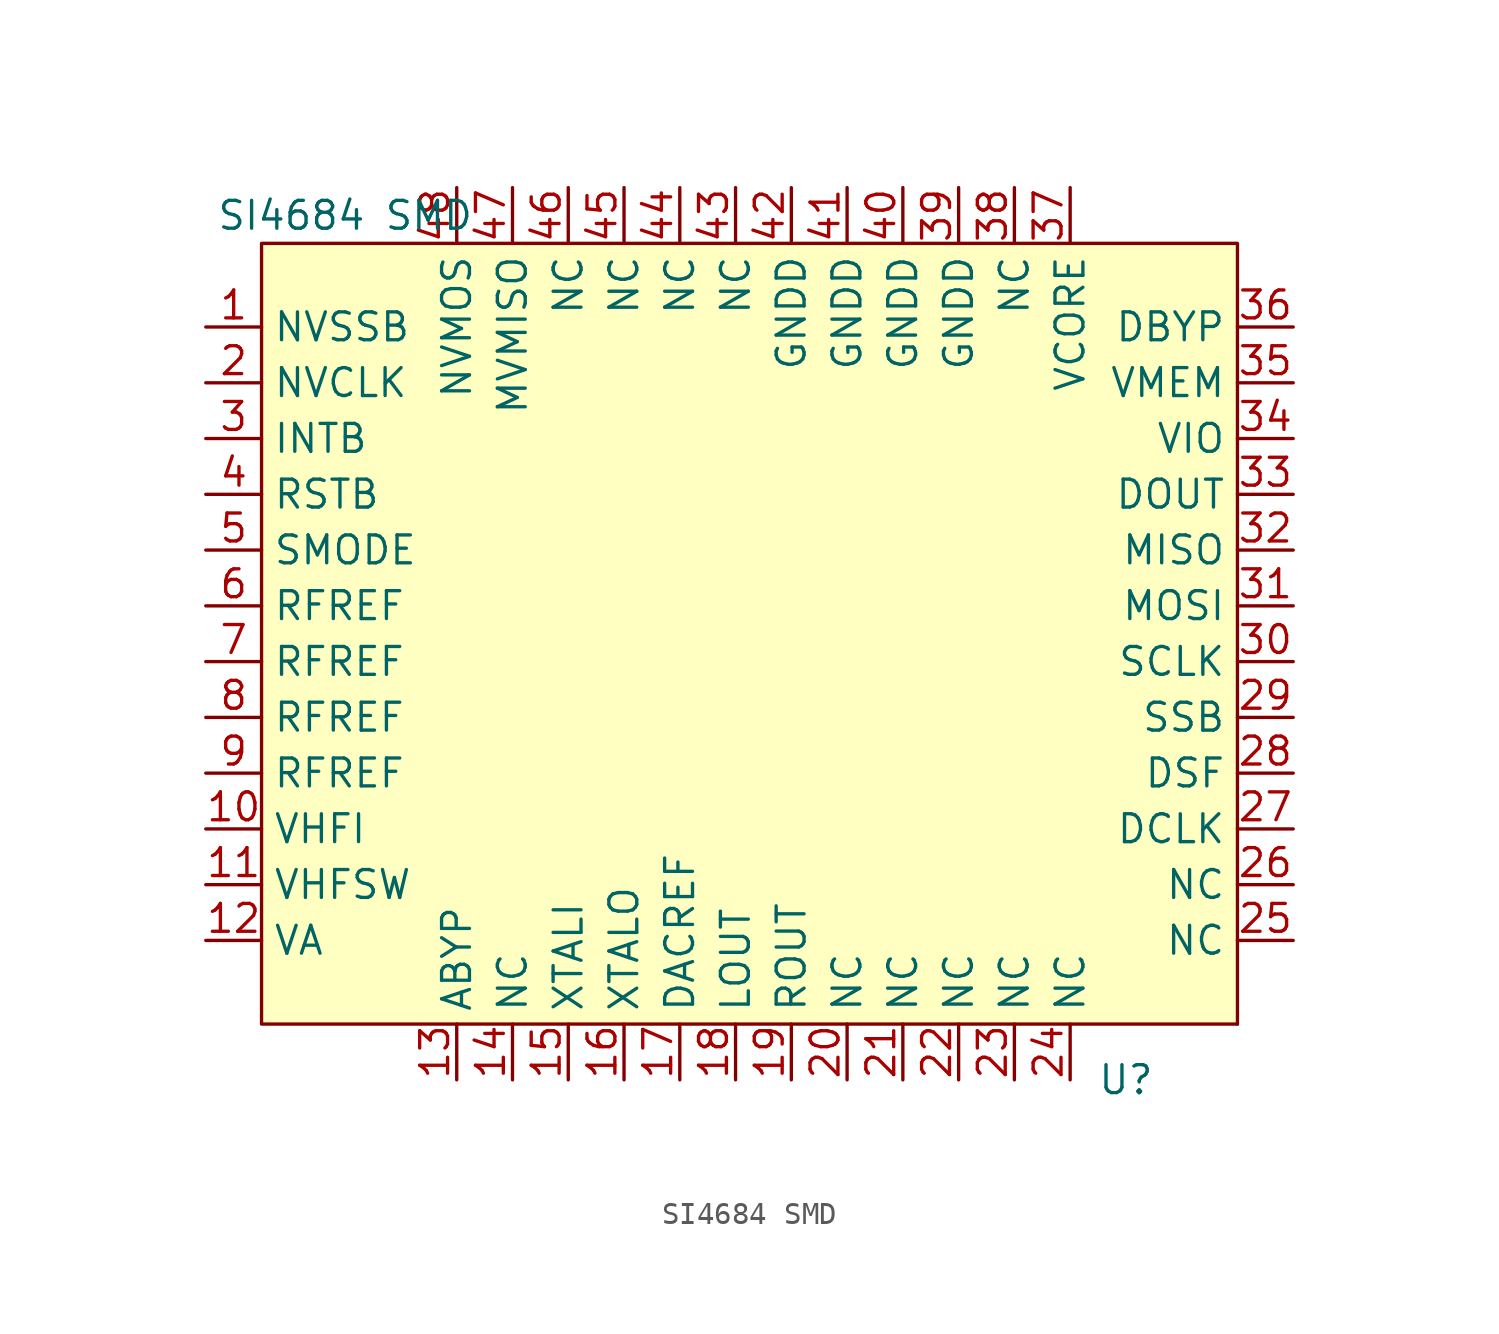
<source format=kicad_sym>
(kicad_symbol_lib
  (version 20220914)
  (generator kicad_symbol_editor)
  (symbol "SI4684 SMD"
    (property "Reference" "U"
      (at 17.78 -21.59 0)
      (effects (font (size 1.27 1.27))))
    (property "Value" "SI4684 SMD"
      (at -17.78 17.78 0)
      (effects (font (size 1.27 1.27))))
    (symbol "SI4684 SMD_0_1"
      (rectangle (start 22.86 -19.05) (end 22.86 -19.05) (stroke (width 0) (type default)) (fill (type none))))
    (symbol "SI4684 SMD_1_1"
      (rectangle (start -21.59 16.51) (end 22.86 -19.05) (stroke (width 0) (type default)) (fill (type background)))
      (pin input line (at -24.13 12.7 0) (length 2.54) (name "NVSSB" (effects (font (size 1.27 1.27)))) (number "1" (effects (font (size 1.27 1.27)))))
      (pin input line (at -24.13 -10.16 0) (length 2.54) (name "VHFI" (effects (font (size 1.27 1.27)))) (number "10" (effects (font (size 1.27 1.27)))))
      (pin input line (at -24.13 -12.7 0) (length 2.54) (name "VHFSW" (effects (font (size 1.27 1.27)))) (number "11" (effects (font (size 1.27 1.27)))))
      (pin input line (at -24.13 -15.24 0) (length 2.54) (name "VA" (effects (font (size 1.27 1.27)))) (number "12" (effects (font (size 1.27 1.27)))))
      (pin input line (at -12.7 -21.59 90) (length 2.54) (name "ABYP" (effects (font (size 1.27 1.27)))) (number "13" (effects (font (size 1.27 1.27)))))
      (pin input line (at -10.16 -21.59 90) (length 2.54) (name "NC" (effects (font (size 1.27 1.27)))) (number "14" (effects (font (size 1.27 1.27)))))
      (pin input line (at -7.62 -21.59 90) (length 2.54) (name "XTALI" (effects (font (size 1.27 1.27)))) (number "15" (effects (font (size 1.27 1.27)))))
      (pin input line (at -5.08 -21.59 90) (length 2.54) (name "XTALO" (effects (font (size 1.27 1.27)))) (number "16" (effects (font (size 1.27 1.27)))))
      (pin input line (at -2.54 -21.59 90) (length 2.54) (name "DACREF" (effects (font (size 1.27 1.27)))) (number "17" (effects (font (size 1.27 1.27)))))
      (pin input line (at 0 -21.59 90) (length 2.54) (name "LOUT" (effects (font (size 1.27 1.27)))) (number "18" (effects (font (size 1.27 1.27)))))
      (pin input line (at 2.54 -21.59 90) (length 2.54) (name "ROUT" (effects (font (size 1.27 1.27)))) (number "19" (effects (font (size 1.27 1.27)))))
      (pin input line (at -24.13 10.16 0) (length 2.54) (name "NVCLK" (effects (font (size 1.27 1.27)))) (number "2" (effects (font (size 1.27 1.27)))))
      (pin input line (at 5.08 -21.59 90) (length 2.54) (name "NC" (effects (font (size 1.27 1.27)))) (number "20" (effects (font (size 1.27 1.27)))))
      (pin input line (at 7.62 -21.59 90) (length 2.54) (name "NC" (effects (font (size 1.27 1.27)))) (number "21" (effects (font (size 1.27 1.27)))))
      (pin input line (at 10.16 -21.59 90) (length 2.54) (name "NC" (effects (font (size 1.27 1.27)))) (number "22" (effects (font (size 1.27 1.27)))))
      (pin input line (at 12.7 -21.59 90) (length 2.54) (name "NC" (effects (font (size 1.27 1.27)))) (number "23" (effects (font (size 1.27 1.27)))))
      (pin input line (at 15.24 -21.59 90) (length 2.54) (name "NC" (effects (font (size 1.27 1.27)))) (number "24" (effects (font (size 1.27 1.27)))))
      (pin input line (at 25.4 -15.24 180) (length 2.54) (name "NC" (effects (font (size 1.27 1.27)))) (number "25" (effects (font (size 1.27 1.27)))))
      (pin input line (at 25.4 -12.7 180) (length 2.54) (name "NC" (effects (font (size 1.27 1.27)))) (number "26" (effects (font (size 1.27 1.27)))))
      (pin input line (at 25.4 -10.16 180) (length 2.54) (name "DCLK" (effects (font (size 1.27 1.27)))) (number "27" (effects (font (size 1.27 1.27)))))
      (pin input line (at 25.4 -7.62 180) (length 2.54) (name "DSF" (effects (font (size 1.27 1.27)))) (number "28" (effects (font (size 1.27 1.27)))))
      (pin input line (at 25.4 -5.08 180) (length 2.54) (name "SSB" (effects (font (size 1.27 1.27)))) (number "29" (effects (font (size 1.27 1.27)))))
      (pin input line (at -24.13 7.62 0) (length 2.54) (name "INTB" (effects (font (size 1.27 1.27)))) (number "3" (effects (font (size 1.27 1.27)))))
      (pin input line (at 25.4 -2.54 180) (length 2.54) (name "SCLK" (effects (font (size 1.27 1.27)))) (number "30" (effects (font (size 1.27 1.27)))))
      (pin input line (at 25.4 0 180) (length 2.54) (name "MOSI" (effects (font (size 1.27 1.27)))) (number "31" (effects (font (size 1.27 1.27)))))
      (pin input line (at 25.4 2.54 180) (length 2.54) (name "MISO" (effects (font (size 1.27 1.27)))) (number "32" (effects (font (size 1.27 1.27)))))
      (pin input line (at 25.4 5.08 180) (length 2.54) (name "DOUT" (effects (font (size 1.27 1.27)))) (number "33" (effects (font (size 1.27 1.27)))))
      (pin input line (at 25.4 7.62 180) (length 2.54) (name "VIO" (effects (font (size 1.27 1.27)))) (number "34" (effects (font (size 1.27 1.27)))))
      (pin input line (at 25.4 10.16 180) (length 2.54) (name "VMEM" (effects (font (size 1.27 1.27)))) (number "35" (effects (font (size 1.27 1.27)))))
      (pin input line (at 25.4 12.7 180) (length 2.54) (name "DBYP" (effects (font (size 1.27 1.27)))) (number "36" (effects (font (size 1.27 1.27)))))
      (pin input line (at 15.24 19.05 270) (length 2.54) (name "VCORE" (effects (font (size 1.27 1.27)))) (number "37" (effects (font (size 1.27 1.27)))))
      (pin input line (at 12.7 19.05 270) (length 2.54) (name "NC" (effects (font (size 1.27 1.27)))) (number "38" (effects (font (size 1.27 1.27)))))
      (pin input line (at 10.16 19.05 270) (length 2.54) (name "GNDD" (effects (font (size 1.27 1.27)))) (number "39" (effects (font (size 1.27 1.27)))))
      (pin input line (at -24.13 5.08 0) (length 2.54) (name "RSTB" (effects (font (size 1.27 1.27)))) (number "4" (effects (font (size 1.27 1.27)))))
      (pin input line (at 7.62 19.05 270) (length 2.54) (name "GNDD" (effects (font (size 1.27 1.27)))) (number "40" (effects (font (size 1.27 1.27)))))
      (pin input line (at 5.08 19.05 270) (length 2.54) (name "GNDD" (effects (font (size 1.27 1.27)))) (number "41" (effects (font (size 1.27 1.27)))))
      (pin input line (at 2.54 19.05 270) (length 2.54) (name "GNDD" (effects (font (size 1.27 1.27)))) (number "42" (effects (font (size 1.27 1.27)))))
      (pin input line (at 0 19.05 270) (length 2.54) (name "NC" (effects (font (size 1.27 1.27)))) (number "43" (effects (font (size 1.27 1.27)))))
      (pin input line (at -2.54 19.05 270) (length 2.54) (name "NC" (effects (font (size 1.27 1.27)))) (number "44" (effects (font (size 1.27 1.27)))))
      (pin input line (at -5.08 19.05 270) (length 2.54) (name "NC" (effects (font (size 1.27 1.27)))) (number "45" (effects (font (size 1.27 1.27)))))
      (pin input line (at -7.62 19.05 270) (length 2.54) (name "NC" (effects (font (size 1.27 1.27)))) (number "46" (effects (font (size 1.27 1.27)))))
      (pin input line (at -10.16 19.05 270) (length 2.54) (name "MVMISO" (effects (font (size 1.27 1.27)))) (number "47" (effects (font (size 1.27 1.27)))))
      (pin input line (at -12.7 19.05 270) (length 2.54) (name "NVMOS" (effects (font (size 1.27 1.27)))) (number "48" (effects (font (size 1.27 1.27)))))
      (pin input line (at 2.54 19.05 270) (length 2.54) hide (name "GND" (effects (font (size 1.27 1.27)))) (number "49" (effects (font (size 1.27 1.27)))))
      (pin input line (at -24.13 2.54 0) (length 2.54) (name "SMODE" (effects (font (size 1.27 1.27)))) (number "5" (effects (font (size 1.27 1.27)))))
      (pin input line (at -24.13 0 0) (length 2.54) (name "RFREF" (effects (font (size 1.27 1.27)))) (number "6" (effects (font (size 1.27 1.27)))))
      (pin input line (at -24.13 -2.54 0) (length 2.54) (name "RFREF" (effects (font (size 1.27 1.27)))) (number "7" (effects (font (size 1.27 1.27)))))
      (pin input line (at -24.13 -5.08 0) (length 2.54) (name "RFREF" (effects (font (size 1.27 1.27)))) (number "8" (effects (font (size 1.27 1.27)))))
      (pin input line (at -24.13 -7.62 0) (length 2.54) (name "RFREF" (effects (font (size 1.27 1.27)))) (number "9" (effects (font (size 1.27 1.27))))))))
</source>
